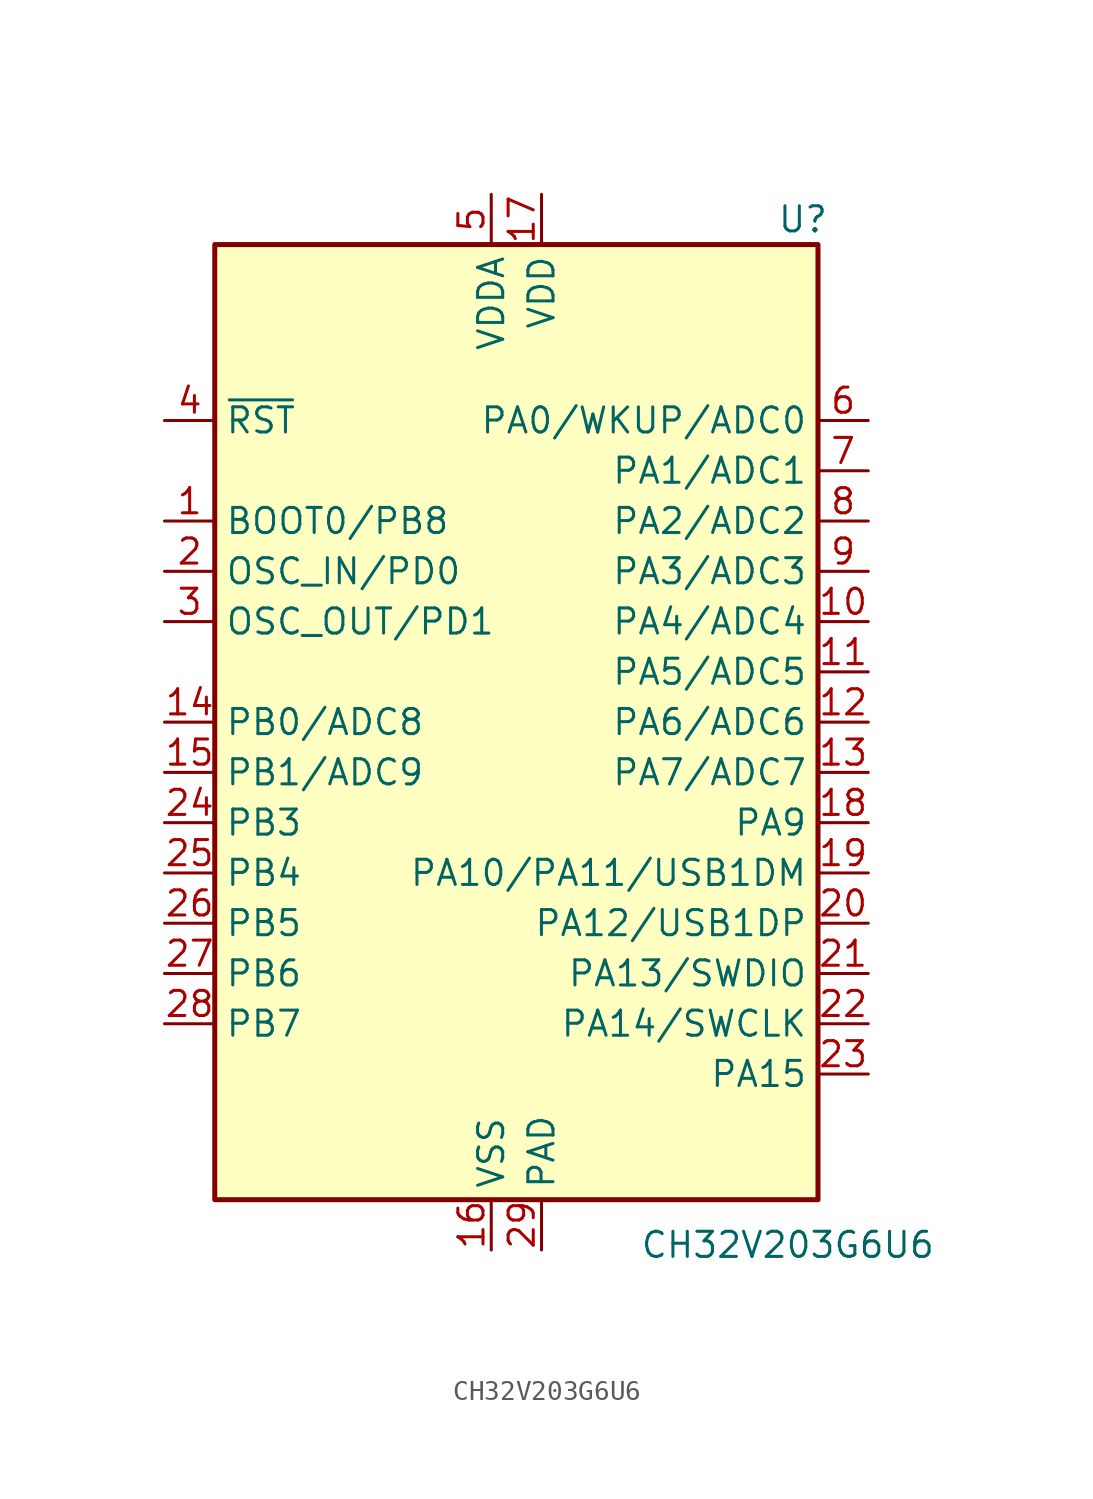
<source format=kicad_sym>
(kicad_symbol_lib
  (version 20231120)
  (generator "kicad_symbol_editor")
  (generator_version "8.0")
  (symbol "CH32V203G6U6"
    (property "Reference" "U"
      (at 14.478 25.4 0)
      (effects (font (size 1.27 1.27))))
    (property "Value" "CH32V203G6U6"
      (at 13.716 -26.416 0)
      (effects (font (size 1.27 1.27))))
    (symbol "CH32V203G6U6_1_1"
      (rectangle (start -15.24 24.13) (end 15.24 -24.13) (stroke (width 0.254) (type solid)) (fill (type background)))
      (pin bidirectional line (at -17.78 10.16 0) (length 2.54) (name "BOOT0/PB8" (effects (font (size 1.27 1.27)))) (number "1" (effects (font (size 1.27 1.27)))) (alternate "PA14" bidirectional line) (alternate "TIM10_CH3N" bidirectional line) (alternate "TIM8_CH2N_1" bidirectional line) (alternate "USART3_RX_2" bidirectional line) (alternate "USART8_TX_1" bidirectional line))
      (pin bidirectional line (at 17.78 5.08 180) (length 2.54) (name "PA4/ADC4" (effects (font (size 1.27 1.27)))) (number "10" (effects (font (size 1.27 1.27)))) (alternate "MCO" bidirectional line) (alternate "TIM1_CH1" bidirectional line) (alternate "TIM1_CH1_1" bidirectional line) (alternate "TIM3_CH4_3" bidirectional line) (alternate "TIM8_CH4" bidirectional line) (alternate "USART1_CK" bidirectional line) (alternate "USART1_CK_1" bidirectional line) (alternate "USART1_RX_2" bidirectional line))
      (pin bidirectional line (at 17.78 2.54 180) (length 2.54) (name "PA5/ADC5" (effects (font (size 1.27 1.27)))) (number "11" (effects (font (size 1.27 1.27)))) (alternate "PA9/PA13" bidirectional line) (alternate "TIM10_CH2N" bidirectional line) (alternate "TIM1_CH2" bidirectional line) (alternate "TIM1_CH2_1" bidirectional line) (alternate "TIM8_CH1N_1" bidirectional line) (alternate "USART1_RTS_2" bidirectional line) (alternate "USART1_TX" bidirectional line) (alternate "USART3_TX_2" bidirectional line))
      (pin bidirectional line (at 17.78 0 180) (length 2.54) (name "PA6/ADC6" (effects (font (size 1.27 1.27)))) (number "12" (effects (font (size 1.27 1.27)))) (alternate "PA9/PA13" bidirectional line) (alternate "TIM10_CH2N" bidirectional line) (alternate "TIM1_CH2" bidirectional line) (alternate "TIM1_CH2_1" bidirectional line) (alternate "TIM8_CH1N_1" bidirectional line) (alternate "USART1_RTS_2" bidirectional line) (alternate "USART1_TX" bidirectional line) (alternate "USART3_TX_2" bidirectional line))
      (pin bidirectional line (at 17.78 -2.54 180) (length 2.54) (name "PA7/ADC7" (effects (font (size 1.27 1.27)))) (number "13" (effects (font (size 1.27 1.27)))) (alternate "PA9/PA13" bidirectional line) (alternate "TIM10_CH2N" bidirectional line) (alternate "TIM1_CH2" bidirectional line) (alternate "TIM1_CH2_1" bidirectional line) (alternate "TIM8_CH1N_1" bidirectional line) (alternate "USART1_RTS_2" bidirectional line) (alternate "USART1_TX" bidirectional line) (alternate "USART3_TX_2" bidirectional line))
      (pin bidirectional line (at -17.78 0 0) (length 2.54) (name "PB0/ADC8" (effects (font (size 1.27 1.27)))) (number "14" (effects (font (size 1.27 1.27)))) (alternate "I2C1_SCL" bidirectional line) (alternate "TIM4_CH1" bidirectional line) (alternate "TIM8_CH1_1" bidirectional line) (alternate "USART1_TX_1" bidirectional line) (alternate "USBFS_DM" bidirectional line) (alternate "USBHS_DM" bidirectional line))
      (pin bidirectional line (at -17.78 -2.54 0) (length 2.54) (name "PB1/ADC9" (effects (font (size 1.27 1.27)))) (number "15" (effects (font (size 1.27 1.27)))) (alternate "I2C1_SCL" bidirectional line) (alternate "TIM4_CH1" bidirectional line) (alternate "TIM8_CH1_1" bidirectional line) (alternate "USART1_TX_1" bidirectional line) (alternate "USBFS_DM" bidirectional line) (alternate "USBHS_DM" bidirectional line))
      (pin power_in line (at -1.27 -26.67 90) (length 2.54) (name "VSS" (effects (font (size 1.27 1.27)))) (number "16" (effects (font (size 1.27 1.27)))))
      (pin power_in line (at 1.27 26.67 270) (length 2.54) (name "VDD" (effects (font (size 1.27 1.27)))) (number "17" (effects (font (size 1.27 1.27)))) (alternate "VIO" power_in line))
      (pin bidirectional line (at 17.78 -5.08 180) (length 2.54) (name "PA9" (effects (font (size 1.27 1.27)))) (number "18" (effects (font (size 1.27 1.27)))) (alternate "PA14" bidirectional line) (alternate "TIM10_CH3N" bidirectional line) (alternate "TIM8_CH2N_1" bidirectional line) (alternate "USART3_RX_2" bidirectional line) (alternate "USART8_TX_1" bidirectional line))
      (pin bidirectional line (at 17.78 -7.62 180) (length 2.54) (name "PA10/PA11/USB1DM" (effects (font (size 1.27 1.27)))) (number "19" (effects (font (size 1.27 1.27)))) (alternate "PA14" bidirectional line) (alternate "TIM10_CH3N" bidirectional line) (alternate "TIM8_CH2N_1" bidirectional line) (alternate "USART3_RX_2" bidirectional line) (alternate "USART8_TX_1" bidirectional line))
      (pin bidirectional line (at -17.78 7.62 0) (length 2.54) (name "OSC_IN/PD0" (effects (font (size 1.27 1.27)))) (number "2" (effects (font (size 1.27 1.27)))) (alternate "PD0" bidirectional line))
      (pin bidirectional line (at 17.78 -10.16 180) (length 2.54) (name "PA12/USB1DP" (effects (font (size 1.27 1.27)))) (number "20" (effects (font (size 1.27 1.27)))) (alternate "PA14" bidirectional line) (alternate "TIM10_CH3N" bidirectional line) (alternate "TIM8_CH2N_1" bidirectional line) (alternate "USART3_RX_2" bidirectional line) (alternate "USART8_TX_1" bidirectional line))
      (pin bidirectional line (at 17.78 -12.7 180) (length 2.54) (name "PA13/SWDIO" (effects (font (size 1.27 1.27)))) (number "21" (effects (font (size 1.27 1.27)))) (alternate "PA14" bidirectional line) (alternate "TIM10_CH3N" bidirectional line) (alternate "TIM8_CH2N_1" bidirectional line) (alternate "USART3_RX_2" bidirectional line) (alternate "USART8_TX_1" bidirectional line))
      (pin bidirectional line (at 17.78 -15.24 180) (length 2.54) (name "PA14/SWCLK" (effects (font (size 1.27 1.27)))) (number "22" (effects (font (size 1.27 1.27)))) (alternate "PA14" bidirectional line) (alternate "TIM10_CH3N" bidirectional line) (alternate "TIM8_CH2N_1" bidirectional line) (alternate "USART3_RX_2" bidirectional line) (alternate "USART8_TX_1" bidirectional line))
      (pin bidirectional line (at 17.78 -17.78 180) (length 2.54) (name "PA15" (effects (font (size 1.27 1.27)))) (number "23" (effects (font (size 1.27 1.27)))) (alternate "PA14" bidirectional line) (alternate "TIM10_CH3N" bidirectional line) (alternate "TIM8_CH2N_1" bidirectional line) (alternate "USART3_RX_2" bidirectional line) (alternate "USART8_TX_1" bidirectional line))
      (pin bidirectional line (at -17.78 -5.08 0) (length 2.54) (name "PB3" (effects (font (size 1.27 1.27)))) (number "24" (effects (font (size 1.27 1.27)))) (alternate "PA14" bidirectional line) (alternate "TIM10_CH3N" bidirectional line) (alternate "TIM8_CH2N_1" bidirectional line) (alternate "USART3_RX_2" bidirectional line) (alternate "USART8_TX_1" bidirectional line))
      (pin bidirectional line (at -17.78 -7.62 0) (length 2.54) (name "PB4" (effects (font (size 1.27 1.27)))) (number "25" (effects (font (size 1.27 1.27)))) (alternate "PA14" bidirectional line) (alternate "TIM10_CH3N" bidirectional line) (alternate "TIM8_CH2N_1" bidirectional line) (alternate "USART3_RX_2" bidirectional line) (alternate "USART8_TX_1" bidirectional line))
      (pin bidirectional line (at -17.78 -10.16 0) (length 2.54) (name "PB5" (effects (font (size 1.27 1.27)))) (number "26" (effects (font (size 1.27 1.27)))) (alternate "PA14" bidirectional line) (alternate "TIM10_CH3N" bidirectional line) (alternate "TIM8_CH2N_1" bidirectional line) (alternate "USART3_RX_2" bidirectional line) (alternate "USART8_TX_1" bidirectional line))
      (pin bidirectional line (at -17.78 -12.7 0) (length 2.54) (name "PB6" (effects (font (size 1.27 1.27)))) (number "27" (effects (font (size 1.27 1.27)))) (alternate "PA14" bidirectional line) (alternate "TIM10_CH3N" bidirectional line) (alternate "TIM8_CH2N_1" bidirectional line) (alternate "USART3_RX_2" bidirectional line) (alternate "USART8_TX_1" bidirectional line))
      (pin bidirectional line (at -17.78 -15.24 0) (length 2.54) (name "PB7" (effects (font (size 1.27 1.27)))) (number "28" (effects (font (size 1.27 1.27)))) (alternate "PA14" bidirectional line) (alternate "TIM10_CH3N" bidirectional line) (alternate "TIM8_CH2N_1" bidirectional line) (alternate "USART3_RX_2" bidirectional line) (alternate "USART8_TX_1" bidirectional line))
      (pin power_in line (at 1.27 -26.67 90) (length 2.54) (name "PAD" (effects (font (size 1.27 1.27)))) (number "29" (effects (font (size 1.27 1.27)))))
      (pin bidirectional line (at -17.78 5.08 0) (length 2.54) (name "OSC_OUT/PD1" (effects (font (size 1.27 1.27)))) (number "3" (effects (font (size 1.27 1.27)))) (alternate "PD1" bidirectional line))
      (pin input line (at -17.78 15.24 0) (length 2.54) (name "~{RST}" (effects (font (size 1.27 1.27)))) (number "4" (effects (font (size 1.27 1.27)))))
      (pin power_in line (at -1.27 26.67 270) (length 2.54) (name "VDDA" (effects (font (size 1.27 1.27)))) (number "5" (effects (font (size 1.27 1.27)))) (alternate "VIO" power_in line))
      (pin bidirectional line (at 17.78 15.24 180) (length 2.54) (name "PA0/WKUP/ADC0" (effects (font (size 1.27 1.27)))) (number "6" (effects (font (size 1.27 1.27)))) (alternate "ADC_IN1" bidirectional line) (alternate "ADC_IN5" bidirectional line) (alternate "DAC_OUT2" bidirectional line) (alternate "SPI1_SCK" bidirectional line) (alternate "TIM10_CH1N_1" bidirectional line) (alternate "TIM2_CH2" bidirectional line) (alternate "TIM2_CH2_2" bidirectional line) (alternate "TIM5_CH2" bidirectional line) (alternate "TIM9_BKIN_1" bidirectional line) (alternate "USART1_CK_3" bidirectional line) (alternate "USART1_CTS_2" bidirectional line) (alternate "USART2_RTS" bidirectional line))
      (pin bidirectional line (at 17.78 12.7 180) (length 2.54) (name "PA1/ADC1" (effects (font (size 1.27 1.27)))) (number "7" (effects (font (size 1.27 1.27)))) (alternate "I2S2_MCK" bidirectional line) (alternate "TIM3_CH1_3" bidirectional line) (alternate "TIM8_CH1" bidirectional line))
      (pin bidirectional line (at 17.78 10.16 180) (length 2.54) (name "PA2/ADC2" (effects (font (size 1.27 1.27)))) (number "8" (effects (font (size 1.27 1.27)))) (alternate "I2S3_MCK" bidirectional line) (alternate "TIM3_CH2_3" bidirectional line) (alternate "TIM8_CH2" bidirectional line))
      (pin bidirectional line (at 17.78 7.62 180) (length 2.54) (name "PA3/ADC3" (effects (font (size 1.27 1.27)))) (number "9" (effects (font (size 1.27 1.27)))) (alternate "TIM3_CH3_3" bidirectional line) (alternate "TIM8_CH3" bidirectional line)))))
</source>
